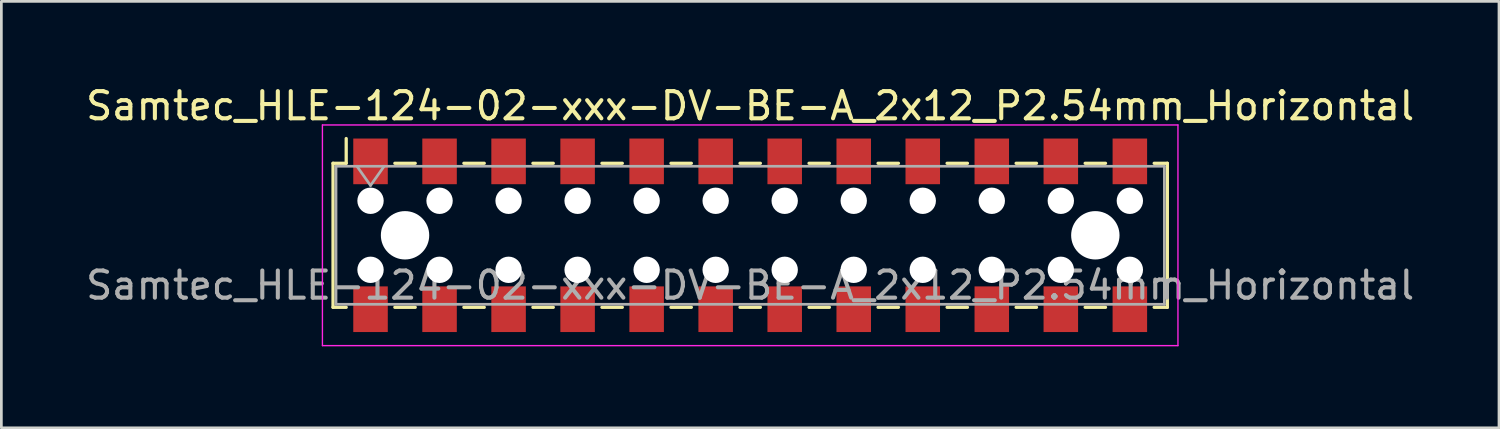
<source format=kicad_pcb>
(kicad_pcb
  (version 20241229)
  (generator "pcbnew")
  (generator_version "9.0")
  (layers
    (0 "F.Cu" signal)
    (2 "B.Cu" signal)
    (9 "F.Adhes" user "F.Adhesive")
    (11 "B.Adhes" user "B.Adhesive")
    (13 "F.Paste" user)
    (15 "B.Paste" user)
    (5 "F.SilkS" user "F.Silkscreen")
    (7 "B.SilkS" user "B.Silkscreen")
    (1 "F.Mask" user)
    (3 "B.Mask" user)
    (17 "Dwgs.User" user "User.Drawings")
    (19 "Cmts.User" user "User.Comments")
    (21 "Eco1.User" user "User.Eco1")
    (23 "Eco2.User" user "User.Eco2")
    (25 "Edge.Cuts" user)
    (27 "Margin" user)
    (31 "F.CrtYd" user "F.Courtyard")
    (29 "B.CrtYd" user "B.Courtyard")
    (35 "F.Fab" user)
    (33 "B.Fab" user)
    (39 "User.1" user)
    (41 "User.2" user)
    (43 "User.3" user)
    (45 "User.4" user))
  (footprint "Samtec_HLE-124-02-xxx-DV-BE-A_2x12_P2.54mm_Horizontal"
    (layer "F.Cu")
    (at 24.554 5.608)
    (property "Reference" "Samtec_HLE-124-02-xxx-DV-BE-A_2x12_P2.54mm_Horizontal" (at 0 -4.76 0) (layer "F.SilkS") (effects (font (size 1 1) (thickness 0.15))))
    (attr smd)
    (fp_line (start -15.35 -2.65) (end -15.35 2.65) (stroke (width 0.12) (type solid)) (layer "F.SilkS"))
    (fp_line (start -15.35 2.65) (end -14.865 2.65) (stroke (width 0.12) (type solid)) (layer "F.SilkS"))
    (fp_line (start -14.865 -3.56) (end -14.865 -2.65) (stroke (width 0.12) (type solid)) (layer "F.SilkS"))
    (fp_line (start -14.865 -2.65) (end -15.35 -2.65) (stroke (width 0.12) (type solid)) (layer "F.SilkS"))
    (fp_line (start -13.075 -2.65) (end -12.325 -2.65) (stroke (width 0.12) (type solid)) (layer "F.SilkS"))
    (fp_line (start -13.075 2.65) (end -12.325 2.65) (stroke (width 0.12) (type solid)) (layer "F.SilkS"))
    (fp_line (start -10.535 -2.65) (end -9.785 -2.65) (stroke (width 0.12) (type solid)) (layer "F.SilkS"))
    (fp_line (start -10.535 2.65) (end -9.785 2.65) (stroke (width 0.12) (type solid)) (layer "F.SilkS"))
    (fp_line (start -7.995 -2.65) (end -7.245 -2.65) (stroke (width 0.12) (type solid)) (layer "F.SilkS"))
    (fp_line (start -7.995 2.65) (end -7.245 2.65) (stroke (width 0.12) (type solid)) (layer "F.SilkS"))
    (fp_line (start -5.455 -2.65) (end -4.705 -2.65) (stroke (width 0.12) (type solid)) (layer "F.SilkS"))
    (fp_line (start -5.455 2.65) (end -4.705 2.65) (stroke (width 0.12) (type solid)) (layer "F.SilkS"))
    (fp_line (start -2.915 -2.65) (end -2.165 -2.65) (stroke (width 0.12) (type solid)) (layer "F.SilkS"))
    (fp_line (start -2.915 2.65) (end -2.165 2.65) (stroke (width 0.12) (type solid)) (layer "F.SilkS"))
    (fp_line (start -0.375 -2.65) (end 0.375 -2.65) (stroke (width 0.12) (type solid)) (layer "F.SilkS"))
    (fp_line (start -0.375 2.65) (end 0.375 2.65) (stroke (width 0.12) (type solid)) (layer "F.SilkS"))
    (fp_line (start 2.165 -2.65) (end 2.915 -2.65) (stroke (width 0.12) (type solid)) (layer "F.SilkS"))
    (fp_line (start 2.165 2.65) (end 2.915 2.65) (stroke (width 0.12) (type solid)) (layer "F.SilkS"))
    (fp_line (start 4.705 -2.65) (end 5.455 -2.65) (stroke (width 0.12) (type solid)) (layer "F.SilkS"))
    (fp_line (start 4.705 2.65) (end 5.455 2.65) (stroke (width 0.12) (type solid)) (layer "F.SilkS"))
    (fp_line (start 7.245 -2.65) (end 7.995 -2.65) (stroke (width 0.12) (type solid)) (layer "F.SilkS"))
    (fp_line (start 7.245 2.65) (end 7.995 2.65) (stroke (width 0.12) (type solid)) (layer "F.SilkS"))
    (fp_line (start 9.785 -2.65) (end 10.535 -2.65) (stroke (width 0.12) (type solid)) (layer "F.SilkS"))
    (fp_line (start 9.785 2.65) (end 10.535 2.65) (stroke (width 0.12) (type solid)) (layer "F.SilkS"))
    (fp_line (start 12.325 -2.65) (end 13.075 -2.65) (stroke (width 0.12) (type solid)) (layer "F.SilkS"))
    (fp_line (start 12.325 2.65) (end 13.075 2.65) (stroke (width 0.12) (type solid)) (layer "F.SilkS"))
    (fp_line (start 14.865 -2.65) (end 15.35 -2.65) (stroke (width 0.12) (type solid)) (layer "F.SilkS"))
    (fp_line (start 15.35 -2.65) (end 15.35 2.65) (stroke (width 0.12) (type solid)) (layer "F.SilkS"))
    (fp_line (start 15.35 2.65) (end 14.865 2.65) (stroke (width 0.12) (type solid)) (layer "F.SilkS"))
    (fp_line (start -15.74 -4.06) (end 15.74 -4.06) (stroke (width 0.05) (type solid)) (layer "F.CrtYd"))
    (fp_line (start -15.74 4.06) (end -15.74 -4.06) (stroke (width 0.05) (type solid)) (layer "F.CrtYd"))
    (fp_line (start 15.74 -4.06) (end 15.74 4.06) (stroke (width 0.05) (type solid)) (layer "F.CrtYd"))
    (fp_line (start 15.74 4.06) (end -15.74 4.06) (stroke (width 0.05) (type solid)) (layer "F.CrtYd"))
    (fp_line (start -15.24 -2.54) (end 15.24 -2.54) (stroke (width 0.1) (type solid)) (layer "F.Fab"))
    (fp_line (start -15.24 2.54) (end -15.24 -2.54) (stroke (width 0.1) (type solid)) (layer "F.Fab"))
    (fp_line (start -14.47 -2.54) (end -13.97 -1.833) (stroke (width 0.1) (type solid)) (layer "F.Fab"))
    (fp_line (start -13.97 -1.833) (end -13.47 -2.54) (stroke (width 0.1) (type solid)) (layer "F.Fab"))
    (fp_line (start 15.24 -2.54) (end 15.24 2.54) (stroke (width 0.1) (type solid)) (layer "F.Fab"))
    (fp_line (start 15.24 2.54) (end -15.24 2.54) (stroke (width 0.1) (type solid)) (layer "F.Fab"))
    (fp_text user "${REFERENCE}" (at 0 1.84 0) (layer "F.Fab") (effects (font (size 1 1) (thickness 0.15))))
    (pad "" np_thru_hole circle (at -13.97 -1.27) (size 0.97 0.97) (drill 0.97) (layers "*.Cu" "*.Mask"))
    (pad "" np_thru_hole circle (at -13.97 1.27) (size 0.97 0.97) (drill 0.97) (layers "*.Cu" "*.Mask"))
    (pad "" np_thru_hole circle (at -12.7 0) (size 1.78 1.78) (drill 1.78) (layers "*.Cu" "*.Mask"))
    (pad "" np_thru_hole circle (at -11.43 -1.27) (size 0.97 0.97) (drill 0.97) (layers "*.Cu" "*.Mask"))
    (pad "" np_thru_hole circle (at -11.43 1.27) (size 0.97 0.97) (drill 0.97) (layers "*.Cu" "*.Mask"))
    (pad "" np_thru_hole circle (at -8.89 -1.27) (size 0.97 0.97) (drill 0.97) (layers "*.Cu" "*.Mask"))
    (pad "" np_thru_hole circle (at -8.89 1.27) (size 0.97 0.97) (drill 0.97) (layers "*.Cu" "*.Mask"))
    (pad "" np_thru_hole circle (at -6.35 -1.27) (size 0.97 0.97) (drill 0.97) (layers "*.Cu" "*.Mask"))
    (pad "" np_thru_hole circle (at -6.35 1.27) (size 0.97 0.97) (drill 0.97) (layers "*.Cu" "*.Mask"))
    (pad "" np_thru_hole circle (at -3.81 -1.27) (size 0.97 0.97) (drill 0.97) (layers "*.Cu" "*.Mask"))
    (pad "" np_thru_hole circle (at -3.81 1.27) (size 0.97 0.97) (drill 0.97) (layers "*.Cu" "*.Mask"))
    (pad "" np_thru_hole circle (at -1.27 -1.27) (size 0.97 0.97) (drill 0.97) (layers "*.Cu" "*.Mask"))
    (pad "" np_thru_hole circle (at -1.27 1.27) (size 0.97 0.97) (drill 0.97) (layers "*.Cu" "*.Mask"))
    (pad "" np_thru_hole circle (at 1.27 -1.27) (size 0.97 0.97) (drill 0.97) (layers "*.Cu" "*.Mask"))
    (pad "" np_thru_hole circle (at 1.27 1.27) (size 0.97 0.97) (drill 0.97) (layers "*.Cu" "*.Mask"))
    (pad "" np_thru_hole circle (at 3.81 -1.27) (size 0.97 0.97) (drill 0.97) (layers "*.Cu" "*.Mask"))
    (pad "" np_thru_hole circle (at 3.81 1.27) (size 0.97 0.97) (drill 0.97) (layers "*.Cu" "*.Mask"))
    (pad "" np_thru_hole circle (at 6.35 -1.27) (size 0.97 0.97) (drill 0.97) (layers "*.Cu" "*.Mask"))
    (pad "" np_thru_hole circle (at 6.35 1.27) (size 0.97 0.97) (drill 0.97) (layers "*.Cu" "*.Mask"))
    (pad "" np_thru_hole circle (at 8.89 -1.27) (size 0.97 0.97) (drill 0.97) (layers "*.Cu" "*.Mask"))
    (pad "" np_thru_hole circle (at 8.89 1.27) (size 0.97 0.97) (drill 0.97) (layers "*.Cu" "*.Mask"))
    (pad "" np_thru_hole circle (at 11.43 -1.27) (size 0.97 0.97) (drill 0.97) (layers "*.Cu" "*.Mask"))
    (pad "" np_thru_hole circle (at 11.43 1.27) (size 0.97 0.97) (drill 0.97) (layers "*.Cu" "*.Mask"))
    (pad "" np_thru_hole circle (at 12.7 0) (size 1.78 1.78) (drill 1.78) (layers "*.Cu" "*.Mask"))
    (pad "" np_thru_hole circle (at 13.97 -1.27) (size 0.97 0.97) (drill 0.97) (layers "*.Cu" "*.Mask"))
    (pad "" np_thru_hole circle (at 13.97 1.27) (size 0.97 0.97) (drill 0.97) (layers "*.Cu" "*.Mask"))
    (pad "1" smd rect (at -13.97 -2.72) (size 1.27 1.68) (layers "F.Cu" "F.Mask" "F.Paste"))
    (pad "2" smd rect (at -13.97 2.72) (size 1.27 1.68) (layers "F.Cu" "F.Mask" "F.Paste"))
    (pad "3" smd rect (at -11.43 -2.72) (size 1.27 1.68) (layers "F.Cu" "F.Mask" "F.Paste"))
    (pad "4" smd rect (at -11.43 2.72) (size 1.27 1.68) (layers "F.Cu" "F.Mask" "F.Paste"))
    (pad "5" smd rect (at -8.89 -2.72) (size 1.27 1.68) (layers "F.Cu" "F.Mask" "F.Paste"))
    (pad "6" smd rect (at -8.89 2.72) (size 1.27 1.68) (layers "F.Cu" "F.Mask" "F.Paste"))
    (pad "7" smd rect (at -6.35 -2.72) (size 1.27 1.68) (layers "F.Cu" "F.Mask" "F.Paste"))
    (pad "8" smd rect (at -6.35 2.72) (size 1.27 1.68) (layers "F.Cu" "F.Mask" "F.Paste"))
    (pad "9" smd rect (at -3.81 -2.72) (size 1.27 1.68) (layers "F.Cu" "F.Mask" "F.Paste"))
    (pad "10" smd rect (at -3.81 2.72) (size 1.27 1.68) (layers "F.Cu" "F.Mask" "F.Paste"))
    (pad "11" smd rect (at -1.27 -2.72) (size 1.27 1.68) (layers "F.Cu" "F.Mask" "F.Paste"))
    (pad "12" smd rect (at -1.27 2.72) (size 1.27 1.68) (layers "F.Cu" "F.Mask" "F.Paste"))
    (pad "13" smd rect (at 1.27 -2.72) (size 1.27 1.68) (layers "F.Cu" "F.Mask" "F.Paste"))
    (pad "14" smd rect (at 1.27 2.72) (size 1.27 1.68) (layers "F.Cu" "F.Mask" "F.Paste"))
    (pad "15" smd rect (at 3.81 -2.72) (size 1.27 1.68) (layers "F.Cu" "F.Mask" "F.Paste"))
    (pad "16" smd rect (at 3.81 2.72) (size 1.27 1.68) (layers "F.Cu" "F.Mask" "F.Paste"))
    (pad "17" smd rect (at 6.35 -2.72) (size 1.27 1.68) (layers "F.Cu" "F.Mask" "F.Paste"))
    (pad "18" smd rect (at 6.35 2.72) (size 1.27 1.68) (layers "F.Cu" "F.Mask" "F.Paste"))
    (pad "19" smd rect (at 8.89 -2.72) (size 1.27 1.68) (layers "F.Cu" "F.Mask" "F.Paste"))
    (pad "20" smd rect (at 8.89 2.72) (size 1.27 1.68) (layers "F.Cu" "F.Mask" "F.Paste"))
    (pad "21" smd rect (at 11.43 -2.72) (size 1.27 1.68) (layers "F.Cu" "F.Mask" "F.Paste"))
    (pad "22" smd rect (at 11.43 2.72) (size 1.27 1.68) (layers "F.Cu" "F.Mask" "F.Paste"))
    (pad "23" smd rect (at 13.97 -2.72) (size 1.27 1.68) (layers "F.Cu" "F.Mask" "F.Paste"))
    (pad "24" smd rect (at 13.97 2.72) (size 1.27 1.68) (layers "F.Cu" "F.Mask" "F.Paste")))
  (gr_rect
    (start -3 -3)
    (end 52.107 12.693)
    (stroke (width 0.1) (type default))
    (fill no)
    (layer "Edge.Cuts")))
</source>
